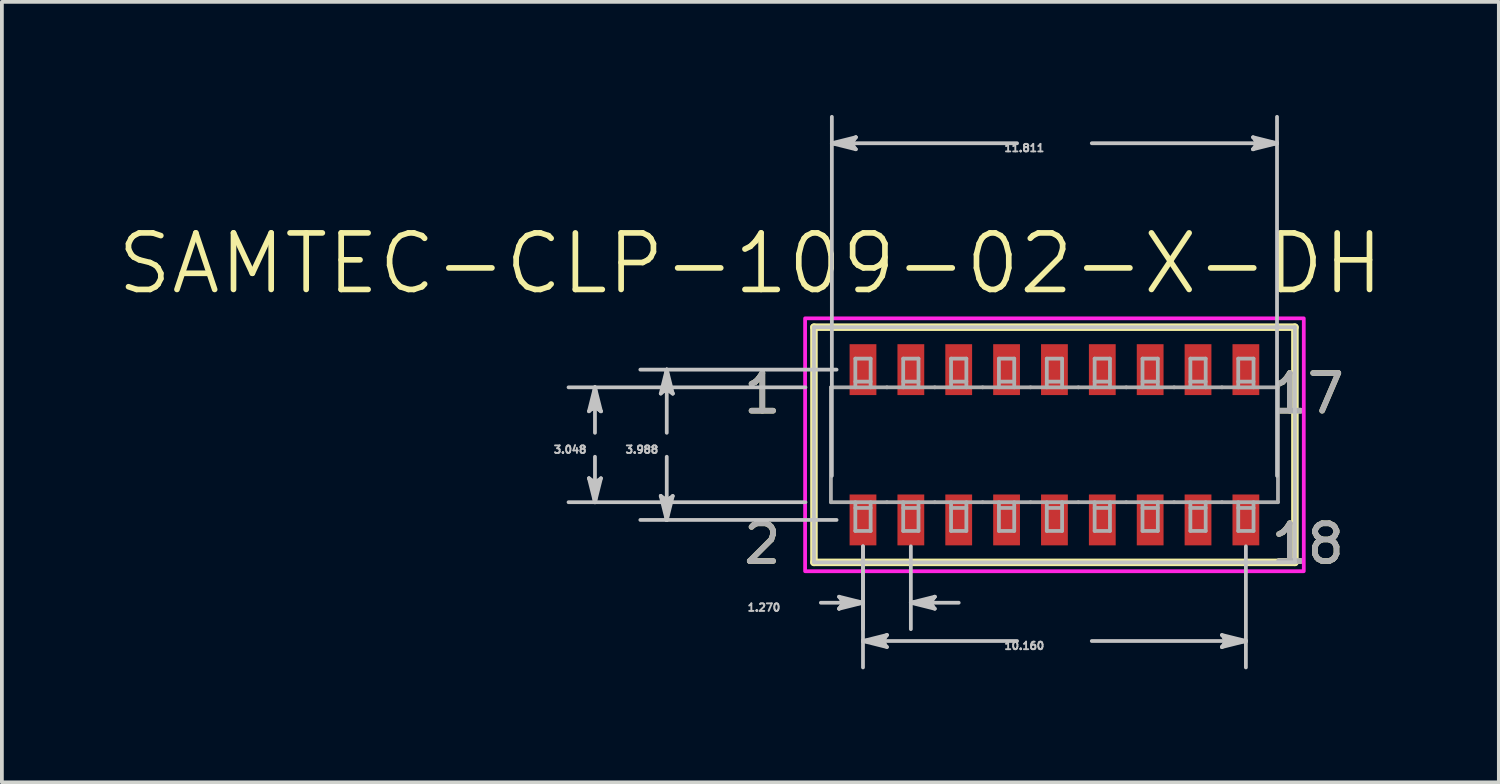
<source format=kicad_pcb>
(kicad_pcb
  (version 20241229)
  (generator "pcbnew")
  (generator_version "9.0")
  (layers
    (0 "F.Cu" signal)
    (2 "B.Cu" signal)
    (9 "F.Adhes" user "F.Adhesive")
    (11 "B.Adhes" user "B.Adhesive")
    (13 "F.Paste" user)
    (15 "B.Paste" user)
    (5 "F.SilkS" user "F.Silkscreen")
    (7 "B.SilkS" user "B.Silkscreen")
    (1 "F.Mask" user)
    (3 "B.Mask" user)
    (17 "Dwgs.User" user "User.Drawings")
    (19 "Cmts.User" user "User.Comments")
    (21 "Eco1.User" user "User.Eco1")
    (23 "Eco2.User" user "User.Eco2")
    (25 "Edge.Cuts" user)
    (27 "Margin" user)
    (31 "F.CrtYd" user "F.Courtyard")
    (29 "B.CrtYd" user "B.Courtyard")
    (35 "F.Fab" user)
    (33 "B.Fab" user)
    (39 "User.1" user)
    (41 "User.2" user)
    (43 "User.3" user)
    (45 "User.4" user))
  (footprint "SAMTEC-CLP-109-02-X-DH"
    (layer "F.Cu")
    (at 24.929 8.752)
    (property "Reference" "SAMTEC-CLP-109-02-X-DH" (at -8.069 -4.808 0) (layer "F.SilkS") (effects (font (size 1.5 1.5) (thickness 0.15))))
    (attr smd)
    (fp_poly (pts (xy -5.487 -2.72) (xy -4.674 -2.72) (xy -4.674 -1.268) (xy -5.487 -1.268)) (stroke (width 0.01) (type solid)) (fill yes) (layer "F.Mask"))
    (fp_poly (pts (xy -5.487 1.268) (xy -4.674 1.268) (xy -4.674 2.72) (xy -5.487 2.72)) (stroke (width 0.01) (type solid)) (fill yes) (layer "F.Mask"))
    (fp_poly (pts (xy -4.217 -2.72) (xy -3.404 -2.72) (xy -3.404 -1.268) (xy -4.217 -1.268)) (stroke (width 0.01) (type solid)) (fill yes) (layer "F.Mask"))
    (fp_poly (pts (xy -4.217 1.268) (xy -3.404 1.268) (xy -3.404 2.72) (xy -4.217 2.72)) (stroke (width 0.01) (type solid)) (fill yes) (layer "F.Mask"))
    (fp_poly (pts (xy -2.947 -2.72) (xy -2.134 -2.72) (xy -2.134 -1.268) (xy -2.947 -1.268)) (stroke (width 0.01) (type solid)) (fill yes) (layer "F.Mask"))
    (fp_poly (pts (xy -2.947 1.268) (xy -2.134 1.268) (xy -2.134 2.72) (xy -2.947 2.72)) (stroke (width 0.01) (type solid)) (fill yes) (layer "F.Mask"))
    (fp_poly (pts (xy -1.677 -2.72) (xy -0.864 -2.72) (xy -0.864 -1.268) (xy -1.677 -1.268)) (stroke (width 0.01) (type solid)) (fill yes) (layer "F.Mask"))
    (fp_poly (pts (xy -1.677 1.268) (xy -0.864 1.268) (xy -0.864 2.72) (xy -1.677 2.72)) (stroke (width 0.01) (type solid)) (fill yes) (layer "F.Mask"))
    (fp_poly (pts (xy -0.407 -2.72) (xy 0.406 -2.72) (xy 0.406 -1.268) (xy -0.407 -1.268)) (stroke (width 0.01) (type solid)) (fill yes) (layer "F.Mask"))
    (fp_poly (pts (xy -0.407 1.268) (xy 0.406 1.268) (xy 0.406 2.72) (xy -0.407 2.72)) (stroke (width 0.01) (type solid)) (fill yes) (layer "F.Mask"))
    (fp_poly (pts (xy 0.863 -2.72) (xy 1.676 -2.72) (xy 1.676 -1.268) (xy 0.863 -1.268)) (stroke (width 0.01) (type solid)) (fill yes) (layer "F.Mask"))
    (fp_poly (pts (xy 0.863 1.268) (xy 1.676 1.268) (xy 1.676 2.72) (xy 0.863 2.72)) (stroke (width 0.01) (type solid)) (fill yes) (layer "F.Mask"))
    (fp_poly (pts (xy 2.133 -2.72) (xy 2.946 -2.72) (xy 2.946 -1.268) (xy 2.133 -1.268)) (stroke (width 0.01) (type solid)) (fill yes) (layer "F.Mask"))
    (fp_poly (pts (xy 2.133 1.268) (xy 2.946 1.268) (xy 2.946 2.72) (xy 2.133 2.72)) (stroke (width 0.01) (type solid)) (fill yes) (layer "F.Mask"))
    (fp_poly (pts (xy 3.403 -2.72) (xy 4.216 -2.72) (xy 4.216 -1.268) (xy 3.403 -1.268)) (stroke (width 0.01) (type solid)) (fill yes) (layer "F.Mask"))
    (fp_poly (pts (xy 3.403 1.268) (xy 4.216 1.268) (xy 4.216 2.72) (xy 3.403 2.72)) (stroke (width 0.01) (type solid)) (fill yes) (layer "F.Mask"))
    (fp_poly (pts (xy 4.673 -2.72) (xy 5.486 -2.72) (xy 5.486 -1.268) (xy 4.673 -1.268)) (stroke (width 0.01) (type solid)) (fill yes) (layer "F.Mask"))
    (fp_poly (pts (xy 4.673 1.268) (xy 5.486 1.268) (xy 5.486 2.72) (xy 4.673 2.72)) (stroke (width 0.01) (type solid)) (fill yes) (layer "F.Mask"))
    (fp_line (start -6.381 -3.12) (end -6.381 3.12) (stroke (width 0.2) (type solid)) (layer "F.SilkS"))
    (fp_line (start -6.381 3.12) (end 6.381 3.12) (stroke (width 0.2) (type solid)) (layer "F.SilkS"))
    (fp_line (start 6.381 -3.12) (end -6.381 -3.12) (stroke (width 0.2) (type solid)) (layer "F.SilkS"))
    (fp_line (start 6.381 3.12) (end 6.381 -3.12) (stroke (width 0.2) (type solid)) (layer "F.SilkS"))
    (fp_poly (pts (xy -5.436 -2.669) (xy -4.725 -2.669) (xy -4.725 -1.319) (xy -5.436 -1.319)) (stroke (width 0.01) (type solid)) (fill yes) (layer "F.Paste"))
    (fp_poly (pts (xy -5.436 1.319) (xy -4.725 1.319) (xy -4.725 2.669) (xy -5.436 2.669)) (stroke (width 0.01) (type solid)) (fill yes) (layer "F.Paste"))
    (fp_poly (pts (xy -4.166 -2.669) (xy -3.455 -2.669) (xy -3.455 -1.319) (xy -4.166 -1.319)) (stroke (width 0.01) (type solid)) (fill yes) (layer "F.Paste"))
    (fp_poly (pts (xy -4.166 1.319) (xy -3.455 1.319) (xy -3.455 2.669) (xy -4.166 2.669)) (stroke (width 0.01) (type solid)) (fill yes) (layer "F.Paste"))
    (fp_poly (pts (xy -2.896 -2.669) (xy -2.185 -2.669) (xy -2.185 -1.319) (xy -2.896 -1.319)) (stroke (width 0.01) (type solid)) (fill yes) (layer "F.Paste"))
    (fp_poly (pts (xy -2.896 1.319) (xy -2.185 1.319) (xy -2.185 2.669) (xy -2.896 2.669)) (stroke (width 0.01) (type solid)) (fill yes) (layer "F.Paste"))
    (fp_poly (pts (xy -1.626 -2.669) (xy -0.915 -2.669) (xy -0.915 -1.319) (xy -1.626 -1.319)) (stroke (width 0.01) (type solid)) (fill yes) (layer "F.Paste"))
    (fp_poly (pts (xy -1.626 1.319) (xy -0.915 1.319) (xy -0.915 2.669) (xy -1.626 2.669)) (stroke (width 0.01) (type solid)) (fill yes) (layer "F.Paste"))
    (fp_poly (pts (xy -0.356 -2.669) (xy 0.355 -2.669) (xy 0.355 -1.319) (xy -0.356 -1.319)) (stroke (width 0.01) (type solid)) (fill yes) (layer "F.Paste"))
    (fp_poly (pts (xy -0.356 1.319) (xy 0.355 1.319) (xy 0.355 2.669) (xy -0.356 2.669)) (stroke (width 0.01) (type solid)) (fill yes) (layer "F.Paste"))
    (fp_poly (pts (xy 0.914 -2.669) (xy 1.625 -2.669) (xy 1.625 -1.319) (xy 0.914 -1.319)) (stroke (width 0.01) (type solid)) (fill yes) (layer "F.Paste"))
    (fp_poly (pts (xy 0.914 1.319) (xy 1.625 1.319) (xy 1.625 2.669) (xy 0.914 2.669)) (stroke (width 0.01) (type solid)) (fill yes) (layer "F.Paste"))
    (fp_poly (pts (xy 2.184 -2.669) (xy 2.895 -2.669) (xy 2.895 -1.319) (xy 2.184 -1.319)) (stroke (width 0.01) (type solid)) (fill yes) (layer "F.Paste"))
    (fp_poly (pts (xy 2.184 1.319) (xy 2.895 1.319) (xy 2.895 2.669) (xy 2.184 2.669)) (stroke (width 0.01) (type solid)) (fill yes) (layer "F.Paste"))
    (fp_poly (pts (xy 3.454 -2.669) (xy 4.165 -2.669) (xy 4.165 -1.319) (xy 3.454 -1.319)) (stroke (width 0.01) (type solid)) (fill yes) (layer "F.Paste"))
    (fp_poly (pts (xy 3.454 1.319) (xy 4.165 1.319) (xy 4.165 2.669) (xy 3.454 2.669)) (stroke (width 0.01) (type solid)) (fill yes) (layer "F.Paste"))
    (fp_poly (pts (xy 4.724 -2.669) (xy 5.435 -2.669) (xy 5.435 -1.319) (xy 4.724 -1.319)) (stroke (width 0.01) (type solid)) (fill yes) (layer "F.Paste"))
    (fp_poly (pts (xy 4.724 1.319) (xy 5.435 1.319) (xy 5.435 2.669) (xy 4.724 2.669)) (stroke (width 0.01) (type solid)) (fill yes) (layer "F.Paste"))
    (fp_line (start -12.351 -0.889) (end -12.192 -1.016) (stroke (width 0.1) (type solid)) (layer "Dwgs.User"))
    (fp_line (start -12.351 0.889) (end -12.192 1.524) (stroke (width 0.1) (type solid)) (layer "Dwgs.User"))
    (fp_line (start -12.271 -0.952) (end -12.192 -1.016) (stroke (width 0.1) (type solid)) (layer "Dwgs.User"))
    (fp_line (start -12.271 0.952) (end -12.351 0.889) (stroke (width 0.1) (type solid)) (layer "Dwgs.User"))
    (fp_line (start -12.192 -1.524) (end -12.351 -0.889) (stroke (width 0.1) (type solid)) (layer "Dwgs.User"))
    (fp_line (start -12.192 -1.524) (end -12.271 -0.952) (stroke (width 0.1) (type solid)) (layer "Dwgs.User"))
    (fp_line (start -12.192 -1.524) (end -12.113 -0.952) (stroke (width 0.1) (type solid)) (layer "Dwgs.User"))
    (fp_line (start -12.192 -1.016) (end -12.192 -1.524) (stroke (width 0.1) (type solid)) (layer "Dwgs.User"))
    (fp_line (start -12.192 -1.016) (end -12.033 -0.889) (stroke (width 0.1) (type solid)) (layer "Dwgs.User"))
    (fp_line (start -12.192 -0.318) (end -12.192 -1.524) (stroke (width 0.1) (type solid)) (layer "Dwgs.User"))
    (fp_line (start -12.192 0.318) (end -12.192 1.524) (stroke (width 0.1) (type solid)) (layer "Dwgs.User"))
    (fp_line (start -12.192 1.016) (end -12.351 0.889) (stroke (width 0.1) (type solid)) (layer "Dwgs.User"))
    (fp_line (start -12.192 1.016) (end -12.192 1.524) (stroke (width 0.1) (type solid)) (layer "Dwgs.User"))
    (fp_line (start -12.192 1.524) (end -12.271 0.952) (stroke (width 0.1) (type solid)) (layer "Dwgs.User"))
    (fp_line (start -12.192 1.524) (end -12.113 0.952) (stroke (width 0.1) (type solid)) (layer "Dwgs.User"))
    (fp_line (start -12.192 1.524) (end -12.033 0.889) (stroke (width 0.1) (type solid)) (layer "Dwgs.User"))
    (fp_line (start -12.113 -0.952) (end -12.033 -0.889) (stroke (width 0.1) (type solid)) (layer "Dwgs.User"))
    (fp_line (start -12.113 0.952) (end -12.192 1.016) (stroke (width 0.1) (type solid)) (layer "Dwgs.User"))
    (fp_line (start -12.033 -0.889) (end -12.192 -1.524) (stroke (width 0.1) (type solid)) (layer "Dwgs.User"))
    (fp_line (start -12.033 0.889) (end -12.192 1.016) (stroke (width 0.1) (type solid)) (layer "Dwgs.User"))
    (fp_line (start -10.446 -1.359) (end -10.287 -1.486) (stroke (width 0.1) (type solid)) (layer "Dwgs.User"))
    (fp_line (start -10.446 1.359) (end -10.287 1.994) (stroke (width 0.1) (type solid)) (layer "Dwgs.User"))
    (fp_line (start -10.366 -1.422) (end -10.287 -1.486) (stroke (width 0.1) (type solid)) (layer "Dwgs.User"))
    (fp_line (start -10.366 1.422) (end -10.446 1.359) (stroke (width 0.1) (type solid)) (layer "Dwgs.User"))
    (fp_line (start -10.287 -1.994) (end -10.446 -1.359) (stroke (width 0.1) (type solid)) (layer "Dwgs.User"))
    (fp_line (start -10.287 -1.994) (end -10.366 -1.422) (stroke (width 0.1) (type solid)) (layer "Dwgs.User"))
    (fp_line (start -10.287 -1.994) (end -10.208 -1.422) (stroke (width 0.1) (type solid)) (layer "Dwgs.User"))
    (fp_line (start -10.287 -1.486) (end -10.287 -1.994) (stroke (width 0.1) (type solid)) (layer "Dwgs.User"))
    (fp_line (start -10.287 -1.486) (end -10.128 -1.359) (stroke (width 0.1) (type solid)) (layer "Dwgs.User"))
    (fp_line (start -10.287 -0.318) (end -10.287 -1.994) (stroke (width 0.1) (type solid)) (layer "Dwgs.User"))
    (fp_line (start -10.287 0.318) (end -10.287 1.994) (stroke (width 0.1) (type solid)) (layer "Dwgs.User"))
    (fp_line (start -10.287 1.486) (end -10.446 1.359) (stroke (width 0.1) (type solid)) (layer "Dwgs.User"))
    (fp_line (start -10.287 1.486) (end -10.287 1.994) (stroke (width 0.1) (type solid)) (layer "Dwgs.User"))
    (fp_line (start -10.287 1.994) (end -10.366 1.422) (stroke (width 0.1) (type solid)) (layer "Dwgs.User"))
    (fp_line (start -10.287 1.994) (end -10.208 1.422) (stroke (width 0.1) (type solid)) (layer "Dwgs.User"))
    (fp_line (start -10.287 1.994) (end -10.128 1.359) (stroke (width 0.1) (type solid)) (layer "Dwgs.User"))
    (fp_line (start -10.208 -1.422) (end -10.128 -1.359) (stroke (width 0.1) (type solid)) (layer "Dwgs.User"))
    (fp_line (start -10.208 1.422) (end -10.287 1.486) (stroke (width 0.1) (type solid)) (layer "Dwgs.User"))
    (fp_line (start -10.128 -1.359) (end -10.287 -1.994) (stroke (width 0.1) (type solid)) (layer "Dwgs.User"))
    (fp_line (start -10.128 1.359) (end -10.287 1.486) (stroke (width 0.1) (type solid)) (layer "Dwgs.User"))
    (fp_line (start -6.607 -1.524) (end -12.893 -1.524) (stroke (width 0.1) (type solid)) (layer "Dwgs.User"))
    (fp_line (start -6.607 1.524) (end -12.893 1.524) (stroke (width 0.1) (type solid)) (layer "Dwgs.User"))
    (fp_line (start -6.381 -3.12) (end -6.381 3.12) (stroke (width 0.1) (type solid)) (layer "Dwgs.User"))
    (fp_line (start -6.381 3.12) (end 6.381 3.12) (stroke (width 0.1) (type solid)) (layer "Dwgs.User"))
    (fp_line (start -6.198 4.191) (end -5.08 4.191) (stroke (width 0.1) (type solid)) (layer "Dwgs.User"))
    (fp_line (start -5.906 -8.001) (end -5.334 -8.08) (stroke (width 0.1) (type solid)) (layer "Dwgs.User"))
    (fp_line (start -5.906 -8.001) (end -5.334 -7.922) (stroke (width 0.1) (type solid)) (layer "Dwgs.User"))
    (fp_line (start -5.906 -8.001) (end -5.27 -7.842) (stroke (width 0.1) (type solid)) (layer "Dwgs.User"))
    (fp_line (start -5.906 0.823) (end -5.906 -8.702) (stroke (width 0.1) (type solid)) (layer "Dwgs.User"))
    (fp_line (start -5.781 -1.994) (end -10.988 -1.994) (stroke (width 0.1) (type solid)) (layer "Dwgs.User"))
    (fp_line (start -5.781 1.994) (end -10.988 1.994) (stroke (width 0.1) (type solid)) (layer "Dwgs.User"))
    (fp_line (start -5.715 4.032) (end -5.588 4.191) (stroke (width 0.1) (type solid)) (layer "Dwgs.User"))
    (fp_line (start -5.715 4.35) (end -5.08 4.191) (stroke (width 0.1) (type solid)) (layer "Dwgs.User"))
    (fp_line (start -5.652 4.112) (end -5.588 4.191) (stroke (width 0.1) (type solid)) (layer "Dwgs.User"))
    (fp_line (start -5.652 4.27) (end -5.715 4.35) (stroke (width 0.1) (type solid)) (layer "Dwgs.User"))
    (fp_line (start -5.588 4.191) (end -5.715 4.35) (stroke (width 0.1) (type solid)) (layer "Dwgs.User"))
    (fp_line (start -5.588 4.191) (end -5.08 4.191) (stroke (width 0.1) (type solid)) (layer "Dwgs.User"))
    (fp_line (start -5.398 -8.001) (end -5.906 -8.001) (stroke (width 0.1) (type solid)) (layer "Dwgs.User"))
    (fp_line (start -5.398 -8.001) (end -5.27 -8.16) (stroke (width 0.1) (type solid)) (layer "Dwgs.User"))
    (fp_line (start -5.334 -8.08) (end -5.27 -8.16) (stroke (width 0.1) (type solid)) (layer "Dwgs.User"))
    (fp_line (start -5.334 -7.922) (end -5.398 -8.001) (stroke (width 0.1) (type solid)) (layer "Dwgs.User"))
    (fp_line (start -5.27 -8.16) (end -5.906 -8.001) (stroke (width 0.1) (type solid)) (layer "Dwgs.User"))
    (fp_line (start -5.27 -7.842) (end -5.398 -8.001) (stroke (width 0.1) (type solid)) (layer "Dwgs.User"))
    (fp_line (start -5.08 2.695) (end -5.08 4.892) (stroke (width 0.1) (type solid)) (layer "Dwgs.User"))
    (fp_line (start -5.08 2.695) (end -5.08 5.908) (stroke (width 0.1) (type solid)) (layer "Dwgs.User"))
    (fp_line (start -5.08 4.191) (end -5.715 4.032) (stroke (width 0.1) (type solid)) (layer "Dwgs.User"))
    (fp_line (start -5.08 4.191) (end -5.652 4.112) (stroke (width 0.1) (type solid)) (layer "Dwgs.User"))
    (fp_line (start -5.08 4.191) (end -5.652 4.27) (stroke (width 0.1) (type solid)) (layer "Dwgs.User"))
    (fp_line (start -5.08 5.207) (end -4.508 5.128) (stroke (width 0.1) (type solid)) (layer "Dwgs.User"))
    (fp_line (start -5.08 5.207) (end -4.508 5.286) (stroke (width 0.1) (type solid)) (layer "Dwgs.User"))
    (fp_line (start -5.08 5.207) (end -4.445 5.366) (stroke (width 0.1) (type solid)) (layer "Dwgs.User"))
    (fp_line (start -4.572 5.207) (end -5.08 5.207) (stroke (width 0.1) (type solid)) (layer "Dwgs.User"))
    (fp_line (start -4.572 5.207) (end -4.445 5.048) (stroke (width 0.1) (type solid)) (layer "Dwgs.User"))
    (fp_line (start -4.508 5.128) (end -4.445 5.048) (stroke (width 0.1) (type solid)) (layer "Dwgs.User"))
    (fp_line (start -4.508 5.286) (end -4.572 5.207) (stroke (width 0.1) (type solid)) (layer "Dwgs.User"))
    (fp_line (start -4.445 5.048) (end -5.08 5.207) (stroke (width 0.1) (type solid)) (layer "Dwgs.User"))
    (fp_line (start -4.445 5.366) (end -4.572 5.207) (stroke (width 0.1) (type solid)) (layer "Dwgs.User"))
    (fp_line (start -3.81 2.695) (end -3.81 4.892) (stroke (width 0.1) (type solid)) (layer "Dwgs.User"))
    (fp_line (start -3.81 4.191) (end -3.238 4.112) (stroke (width 0.1) (type solid)) (layer "Dwgs.User"))
    (fp_line (start -3.81 4.191) (end -3.238 4.27) (stroke (width 0.1) (type solid)) (layer "Dwgs.User"))
    (fp_line (start -3.81 4.191) (end -3.175 4.35) (stroke (width 0.1) (type solid)) (layer "Dwgs.User"))
    (fp_line (start -3.302 4.191) (end -3.81 4.191) (stroke (width 0.1) (type solid)) (layer "Dwgs.User"))
    (fp_line (start -3.302 4.191) (end -3.175 4.032) (stroke (width 0.1) (type solid)) (layer "Dwgs.User"))
    (fp_line (start -3.238 4.112) (end -3.175 4.032) (stroke (width 0.1) (type solid)) (layer "Dwgs.User"))
    (fp_line (start -3.238 4.27) (end -3.302 4.191) (stroke (width 0.1) (type solid)) (layer "Dwgs.User"))
    (fp_line (start -3.175 4.032) (end -3.81 4.191) (stroke (width 0.1) (type solid)) (layer "Dwgs.User"))
    (fp_line (start -3.175 4.35) (end -3.302 4.191) (stroke (width 0.1) (type solid)) (layer "Dwgs.User"))
    (fp_line (start -2.54 4.191) (end -3.81 4.191) (stroke (width 0.1) (type solid)) (layer "Dwgs.User"))
    (fp_line (start -0.991 -8.001) (end -5.906 -8.001) (stroke (width 0.1) (type solid)) (layer "Dwgs.User"))
    (fp_line (start -0.991 5.207) (end -5.08 5.207) (stroke (width 0.1) (type solid)) (layer "Dwgs.User"))
    (fp_line (start 0.991 -8.001) (end 5.906 -8.001) (stroke (width 0.1) (type solid)) (layer "Dwgs.User"))
    (fp_line (start 0.991 5.207) (end 5.08 5.207) (stroke (width 0.1) (type solid)) (layer "Dwgs.User"))
    (fp_line (start 4.445 5.048) (end 4.572 5.207) (stroke (width 0.1) (type solid)) (layer "Dwgs.User"))
    (fp_line (start 4.445 5.366) (end 5.08 5.207) (stroke (width 0.1) (type solid)) (layer "Dwgs.User"))
    (fp_line (start 4.508 5.128) (end 4.572 5.207) (stroke (width 0.1) (type solid)) (layer "Dwgs.User"))
    (fp_line (start 4.508 5.286) (end 4.445 5.366) (stroke (width 0.1) (type solid)) (layer "Dwgs.User"))
    (fp_line (start 4.572 5.207) (end 4.445 5.366) (stroke (width 0.1) (type solid)) (layer "Dwgs.User"))
    (fp_line (start 4.572 5.207) (end 5.08 5.207) (stroke (width 0.1) (type solid)) (layer "Dwgs.User"))
    (fp_line (start 5.08 2.695) (end 5.08 5.908) (stroke (width 0.1) (type solid)) (layer "Dwgs.User"))
    (fp_line (start 5.08 5.207) (end 4.445 5.048) (stroke (width 0.1) (type solid)) (layer "Dwgs.User"))
    (fp_line (start 5.08 5.207) (end 4.508 5.128) (stroke (width 0.1) (type solid)) (layer "Dwgs.User"))
    (fp_line (start 5.08 5.207) (end 4.508 5.286) (stroke (width 0.1) (type solid)) (layer "Dwgs.User"))
    (fp_line (start 5.27 -8.16) (end 5.398 -8.001) (stroke (width 0.1) (type solid)) (layer "Dwgs.User"))
    (fp_line (start 5.27 -7.842) (end 5.906 -8.001) (stroke (width 0.1) (type solid)) (layer "Dwgs.User"))
    (fp_line (start 5.334 -8.08) (end 5.398 -8.001) (stroke (width 0.1) (type solid)) (layer "Dwgs.User"))
    (fp_line (start 5.334 -7.922) (end 5.27 -7.842) (stroke (width 0.1) (type solid)) (layer "Dwgs.User"))
    (fp_line (start 5.398 -8.001) (end 5.27 -7.842) (stroke (width 0.1) (type solid)) (layer "Dwgs.User"))
    (fp_line (start 5.398 -8.001) (end 5.906 -8.001) (stroke (width 0.1) (type solid)) (layer "Dwgs.User"))
    (fp_line (start 5.906 -8.001) (end 5.27 -8.16) (stroke (width 0.1) (type solid)) (layer "Dwgs.User"))
    (fp_line (start 5.906 -8.001) (end 5.334 -8.08) (stroke (width 0.1) (type solid)) (layer "Dwgs.User"))
    (fp_line (start 5.906 -8.001) (end 5.334 -7.922) (stroke (width 0.1) (type solid)) (layer "Dwgs.User"))
    (fp_line (start 5.906 0.823) (end 5.906 -8.702) (stroke (width 0.1) (type solid)) (layer "Dwgs.User"))
    (fp_line (start 6.381 -3.12) (end -6.381 -3.12) (stroke (width 0.1) (type solid)) (layer "Dwgs.User"))
    (fp_line (start 6.381 3.12) (end 6.381 -3.12) (stroke (width 0.1) (type solid)) (layer "Dwgs.User"))
    (fp_poly (pts (xy -6.616 3.355) (xy -6.616 -3.355) (xy 6.616 -3.355) (xy 6.616 3.355) (xy -6.616 3.355)) (stroke (width 0.1) (type solid)) (fill no) (layer "F.CrtYd"))
    (fp_line (start -5.931 -1.524) (end -5.931 1.524) (stroke (width 0.1) (type solid)) (layer "F.Fab"))
    (fp_line (start -5.931 1.524) (end -4.445 1.524) (stroke (width 0.1) (type solid)) (layer "F.Fab"))
    (fp_line (start -5.283 -2.286) (end -5.283 -1.524) (stroke (width 0.1) (type solid)) (layer "F.Fab"))
    (fp_line (start -5.283 1.524) (end -5.283 2.286) (stroke (width 0.1) (type solid)) (layer "F.Fab"))
    (fp_line (start -5.283 1.676) (end -4.877 1.676) (stroke (width 0.1) (type solid)) (layer "F.Fab"))
    (fp_line (start -5.283 2.286) (end -4.877 2.286) (stroke (width 0.1) (type solid)) (layer "F.Fab"))
    (fp_line (start -4.877 -2.286) (end -5.283 -2.286) (stroke (width 0.1) (type solid)) (layer "F.Fab"))
    (fp_line (start -4.877 -1.676) (end -5.283 -1.676) (stroke (width 0.1) (type solid)) (layer "F.Fab"))
    (fp_line (start -4.877 -1.524) (end -4.877 -2.286) (stroke (width 0.1) (type solid)) (layer "F.Fab"))
    (fp_line (start -4.877 2.286) (end -4.877 1.524) (stroke (width 0.1) (type solid)) (layer "F.Fab"))
    (fp_line (start -4.445 -1.524) (end -5.931 -1.524) (stroke (width 0.1) (type solid)) (layer "F.Fab"))
    (fp_line (start -4.445 -1.524) (end -3.175 -1.524) (stroke (width 0.1) (type solid)) (layer "F.Fab"))
    (fp_line (start -4.445 1.524) (end -3.175 1.524) (stroke (width 0.1) (type solid)) (layer "F.Fab"))
    (fp_line (start -4.013 -2.286) (end -4.013 -1.524) (stroke (width 0.1) (type solid)) (layer "F.Fab"))
    (fp_line (start -4.013 1.524) (end -4.013 2.286) (stroke (width 0.1) (type solid)) (layer "F.Fab"))
    (fp_line (start -4.013 1.676) (end -3.607 1.676) (stroke (width 0.1) (type solid)) (layer "F.Fab"))
    (fp_line (start -4.013 2.286) (end -3.607 2.286) (stroke (width 0.1) (type solid)) (layer "F.Fab"))
    (fp_line (start -3.607 -2.286) (end -4.013 -2.286) (stroke (width 0.1) (type solid)) (layer "F.Fab"))
    (fp_line (start -3.607 -1.676) (end -4.013 -1.676) (stroke (width 0.1) (type solid)) (layer "F.Fab"))
    (fp_line (start -3.607 -1.524) (end -3.607 -2.286) (stroke (width 0.1) (type solid)) (layer "F.Fab"))
    (fp_line (start -3.607 2.286) (end -3.607 1.524) (stroke (width 0.1) (type solid)) (layer "F.Fab"))
    (fp_line (start -3.175 -1.524) (end -1.905 -1.524) (stroke (width 0.1) (type solid)) (layer "F.Fab"))
    (fp_line (start -3.175 1.524) (end -1.905 1.524) (stroke (width 0.1) (type solid)) (layer "F.Fab"))
    (fp_line (start -2.743 -2.286) (end -2.743 -1.524) (stroke (width 0.1) (type solid)) (layer "F.Fab"))
    (fp_line (start -2.743 1.524) (end -2.743 2.286) (stroke (width 0.1) (type solid)) (layer "F.Fab"))
    (fp_line (start -2.743 1.676) (end -2.337 1.676) (stroke (width 0.1) (type solid)) (layer "F.Fab"))
    (fp_line (start -2.743 2.286) (end -2.337 2.286) (stroke (width 0.1) (type solid)) (layer "F.Fab"))
    (fp_line (start -2.337 -2.286) (end -2.743 -2.286) (stroke (width 0.1) (type solid)) (layer "F.Fab"))
    (fp_line (start -2.337 -1.676) (end -2.743 -1.676) (stroke (width 0.1) (type solid)) (layer "F.Fab"))
    (fp_line (start -2.337 -1.524) (end -2.337 -2.286) (stroke (width 0.1) (type solid)) (layer "F.Fab"))
    (fp_line (start -2.337 2.286) (end -2.337 1.524) (stroke (width 0.1) (type solid)) (layer "F.Fab"))
    (fp_line (start -1.905 -1.524) (end -0.635 -1.524) (stroke (width 0.1) (type solid)) (layer "F.Fab"))
    (fp_line (start -1.905 1.524) (end -0.635 1.524) (stroke (width 0.1) (type solid)) (layer "F.Fab"))
    (fp_line (start -1.473 -2.286) (end -1.473 -1.524) (stroke (width 0.1) (type solid)) (layer "F.Fab"))
    (fp_line (start -1.473 1.524) (end -1.473 2.286) (stroke (width 0.1) (type solid)) (layer "F.Fab"))
    (fp_line (start -1.473 1.676) (end -1.067 1.676) (stroke (width 0.1) (type solid)) (layer "F.Fab"))
    (fp_line (start -1.473 2.286) (end -1.067 2.286) (stroke (width 0.1) (type solid)) (layer "F.Fab"))
    (fp_line (start -1.067 -2.286) (end -1.473 -2.286) (stroke (width 0.1) (type solid)) (layer "F.Fab"))
    (fp_line (start -1.067 -1.676) (end -1.473 -1.676) (stroke (width 0.1) (type solid)) (layer "F.Fab"))
    (fp_line (start -1.067 -1.524) (end -1.067 -2.286) (stroke (width 0.1) (type solid)) (layer "F.Fab"))
    (fp_line (start -1.067 2.286) (end -1.067 1.524) (stroke (width 0.1) (type solid)) (layer "F.Fab"))
    (fp_line (start -0.635 -1.524) (end 0.635 -1.524) (stroke (width 0.1) (type solid)) (layer "F.Fab"))
    (fp_line (start -0.635 1.524) (end 0.635 1.524) (stroke (width 0.1) (type solid)) (layer "F.Fab"))
    (fp_line (start -0.203 -2.286) (end -0.203 -1.524) (stroke (width 0.1) (type solid)) (layer "F.Fab"))
    (fp_line (start -0.203 1.524) (end -0.203 2.286) (stroke (width 0.1) (type solid)) (layer "F.Fab"))
    (fp_line (start -0.203 1.676) (end 0.203 1.676) (stroke (width 0.1) (type solid)) (layer "F.Fab"))
    (fp_line (start -0.203 2.286) (end 0.203 2.286) (stroke (width 0.1) (type solid)) (layer "F.Fab"))
    (fp_line (start 0.203 -2.286) (end -0.203 -2.286) (stroke (width 0.1) (type solid)) (layer "F.Fab"))
    (fp_line (start 0.203 -1.676) (end -0.203 -1.676) (stroke (width 0.1) (type solid)) (layer "F.Fab"))
    (fp_line (start 0.203 -1.524) (end 0.203 -2.286) (stroke (width 0.1) (type solid)) (layer "F.Fab"))
    (fp_line (start 0.203 2.286) (end 0.203 1.524) (stroke (width 0.1) (type solid)) (layer "F.Fab"))
    (fp_line (start 0.635 -1.524) (end 1.905 -1.524) (stroke (width 0.1) (type solid)) (layer "F.Fab"))
    (fp_line (start 0.635 1.524) (end 1.905 1.524) (stroke (width 0.1) (type solid)) (layer "F.Fab"))
    (fp_line (start 1.067 -2.286) (end 1.067 -1.524) (stroke (width 0.1) (type solid)) (layer "F.Fab"))
    (fp_line (start 1.067 1.524) (end 1.067 2.286) (stroke (width 0.1) (type solid)) (layer "F.Fab"))
    (fp_line (start 1.067 1.676) (end 1.473 1.676) (stroke (width 0.1) (type solid)) (layer "F.Fab"))
    (fp_line (start 1.067 2.286) (end 1.473 2.286) (stroke (width 0.1) (type solid)) (layer "F.Fab"))
    (fp_line (start 1.473 -2.286) (end 1.067 -2.286) (stroke (width 0.1) (type solid)) (layer "F.Fab"))
    (fp_line (start 1.473 -1.676) (end 1.067 -1.676) (stroke (width 0.1) (type solid)) (layer "F.Fab"))
    (fp_line (start 1.473 -1.524) (end 1.473 -2.286) (stroke (width 0.1) (type solid)) (layer "F.Fab"))
    (fp_line (start 1.473 2.286) (end 1.473 1.524) (stroke (width 0.1) (type solid)) (layer "F.Fab"))
    (fp_line (start 1.905 -1.524) (end 3.175 -1.524) (stroke (width 0.1) (type solid)) (layer "F.Fab"))
    (fp_line (start 1.905 1.524) (end 3.175 1.524) (stroke (width 0.1) (type solid)) (layer "F.Fab"))
    (fp_line (start 2.337 -2.286) (end 2.337 -1.524) (stroke (width 0.1) (type solid)) (layer "F.Fab"))
    (fp_line (start 2.337 1.524) (end 2.337 2.286) (stroke (width 0.1) (type solid)) (layer "F.Fab"))
    (fp_line (start 2.337 1.676) (end 2.743 1.676) (stroke (width 0.1) (type solid)) (layer "F.Fab"))
    (fp_line (start 2.337 2.286) (end 2.743 2.286) (stroke (width 0.1) (type solid)) (layer "F.Fab"))
    (fp_line (start 2.743 -2.286) (end 2.337 -2.286) (stroke (width 0.1) (type solid)) (layer "F.Fab"))
    (fp_line (start 2.743 -1.676) (end 2.337 -1.676) (stroke (width 0.1) (type solid)) (layer "F.Fab"))
    (fp_line (start 2.743 -1.524) (end 2.743 -2.286) (stroke (width 0.1) (type solid)) (layer "F.Fab"))
    (fp_line (start 2.743 2.286) (end 2.743 1.524) (stroke (width 0.1) (type solid)) (layer "F.Fab"))
    (fp_line (start 3.175 -1.524) (end 4.445 -1.524) (stroke (width 0.1) (type solid)) (layer "F.Fab"))
    (fp_line (start 3.175 1.524) (end 4.445 1.524) (stroke (width 0.1) (type solid)) (layer "F.Fab"))
    (fp_line (start 3.607 -2.286) (end 3.607 -1.524) (stroke (width 0.1) (type solid)) (layer "F.Fab"))
    (fp_line (start 3.607 1.524) (end 3.607 2.286) (stroke (width 0.1) (type solid)) (layer "F.Fab"))
    (fp_line (start 3.607 1.676) (end 4.013 1.676) (stroke (width 0.1) (type solid)) (layer "F.Fab"))
    (fp_line (start 3.607 2.286) (end 4.013 2.286) (stroke (width 0.1) (type solid)) (layer "F.Fab"))
    (fp_line (start 4.013 -2.286) (end 3.607 -2.286) (stroke (width 0.1) (type solid)) (layer "F.Fab"))
    (fp_line (start 4.013 -1.676) (end 3.607 -1.676) (stroke (width 0.1) (type solid)) (layer "F.Fab"))
    (fp_line (start 4.013 -1.524) (end 4.013 -2.286) (stroke (width 0.1) (type solid)) (layer "F.Fab"))
    (fp_line (start 4.013 2.286) (end 4.013 1.524) (stroke (width 0.1) (type solid)) (layer "F.Fab"))
    (fp_line (start 4.445 -1.524) (end 5.931 -1.524) (stroke (width 0.1) (type solid)) (layer "F.Fab"))
    (fp_line (start 4.877 -2.286) (end 4.877 -1.524) (stroke (width 0.1) (type solid)) (layer "F.Fab"))
    (fp_line (start 4.877 1.524) (end 4.877 2.286) (stroke (width 0.1) (type solid)) (layer "F.Fab"))
    (fp_line (start 4.877 1.676) (end 5.283 1.676) (stroke (width 0.1) (type solid)) (layer "F.Fab"))
    (fp_line (start 4.877 2.286) (end 5.283 2.286) (stroke (width 0.1) (type solid)) (layer "F.Fab"))
    (fp_line (start 5.283 -2.286) (end 4.877 -2.286) (stroke (width 0.1) (type solid)) (layer "F.Fab"))
    (fp_line (start 5.283 -1.676) (end 4.877 -1.676) (stroke (width 0.1) (type solid)) (layer "F.Fab"))
    (fp_line (start 5.283 -1.524) (end 5.283 -2.286) (stroke (width 0.1) (type solid)) (layer "F.Fab"))
    (fp_line (start 5.283 2.286) (end 5.283 1.524) (stroke (width 0.1) (type solid)) (layer "F.Fab"))
    (fp_line (start 5.931 -1.524) (end 5.931 1.524) (stroke (width 0.1) (type solid)) (layer "F.Fab"))
    (fp_line (start 5.931 1.524) (end 4.445 1.524) (stroke (width 0.1) (type solid)) (layer "F.Fab"))
    (fp_text user "18" (at 6.722 2.629 0) (layer "F.SilkS") (effects (font (size 1 1) (thickness 0.15))))
    (fp_text user "2" (at -7.751 2.629 0) (layer "F.SilkS") (effects (font (size 1 1) (thickness 0.15))))
    (fp_text user "17" (at 6.722 -1.359 0) (layer "F.SilkS") (effects (font (size 1 1) (thickness 0.15))))
    (fp_text user "1" (at -7.751 -1.359 0) (layer "F.SilkS") (effects (font (size 1 1) (thickness 0.15))))
    (fp_text user "11.811" (at -0.8 -7.874 0) (layer "Dwgs.User") (effects (font (size 0.2 0.2) (thickness 0.15))))
    (fp_text user "10.160" (at -0.8 5.334 0) (layer "Dwgs.User") (effects (font (size 0.2 0.2) (thickness 0.15))))
    (fp_text user "3.048" (at -12.852 0.127 0) (layer "Dwgs.User") (effects (font (size 0.2 0.2) (thickness 0.15))))
    (fp_text user "1.270" (at -7.709 4.318 0) (layer "Dwgs.User") (effects (font (size 0.2 0.2) (thickness 0.15))))
    (fp_text user "3.988" (at -10.947 0.127 0) (layer "Dwgs.User") (effects (font (size 0.2 0.2) (thickness 0.15))))
    (fp_text user "2" (at -7.751 2.629 0) (layer "F.Fab") (effects (font (size 1 1) (thickness 0.15))))
    (fp_text user "1" (at -7.751 -1.359 0) (layer "F.Fab") (effects (font (size 1 1) (thickness 0.15))))
    (fp_text user "17" (at 6.722 -1.359 0) (layer "F.Fab") (effects (font (size 1 1) (thickness 0.15))))
    (fp_text user "18" (at 6.722 2.629 0) (layer "F.Fab") (effects (font (size 1 1) (thickness 0.15))))
    (pad "1" smd rect (at -5.08 -1.994) (size 0.711 1.35) (layers "F.Cu" "F.Paste"))
    (pad "2" smd rect (at -5.08 1.994) (size 0.711 1.35) (layers "F.Cu" "F.Paste"))
    (pad "3" smd rect (at -3.81 -1.994) (size 0.711 1.35) (layers "F.Cu" "F.Paste"))
    (pad "4" smd rect (at -3.81 1.994) (size 0.711 1.35) (layers "F.Cu" "F.Paste"))
    (pad "5" smd rect (at -2.54 -1.994) (size 0.711 1.35) (layers "F.Cu" "F.Paste"))
    (pad "6" smd rect (at -2.54 1.994) (size 0.711 1.35) (layers "F.Cu" "F.Paste"))
    (pad "7" smd rect (at -1.27 -1.994) (size 0.711 1.35) (layers "F.Cu" "F.Paste"))
    (pad "8" smd rect (at -1.27 1.994) (size 0.711 1.35) (layers "F.Cu" "F.Paste"))
    (pad "9" smd rect (at 0 -1.994) (size 0.711 1.35) (layers "F.Cu" "F.Paste"))
    (pad "10" smd rect (at 0 1.994) (size 0.711 1.35) (layers "F.Cu" "F.Paste"))
    (pad "11" smd rect (at 1.27 -1.994) (size 0.711 1.35) (layers "F.Cu" "F.Paste"))
    (pad "12" smd rect (at 1.27 1.994) (size 0.711 1.35) (layers "F.Cu" "F.Paste"))
    (pad "13" smd rect (at 2.54 -1.994) (size 0.711 1.35) (layers "F.Cu" "F.Paste"))
    (pad "14" smd rect (at 2.54 1.994) (size 0.711 1.35) (layers "F.Cu" "F.Paste"))
    (pad "15" smd rect (at 3.81 -1.994) (size 0.711 1.35) (layers "F.Cu" "F.Paste"))
    (pad "16" smd rect (at 3.81 1.994) (size 0.711 1.35) (layers "F.Cu" "F.Paste"))
    (pad "17" smd rect (at 5.08 -1.994) (size 0.711 1.35) (layers "F.Cu" "F.Paste"))
    (pad "18" smd rect (at 5.08 1.994) (size 0.711 1.35) (layers "F.Cu" "F.Paste")))
  (gr_rect
    (start -3 -3)
    (end 36.721 17.71)
    (stroke (width 0.1) (type default))
    (fill no)
    (layer "Edge.Cuts")))
</source>
